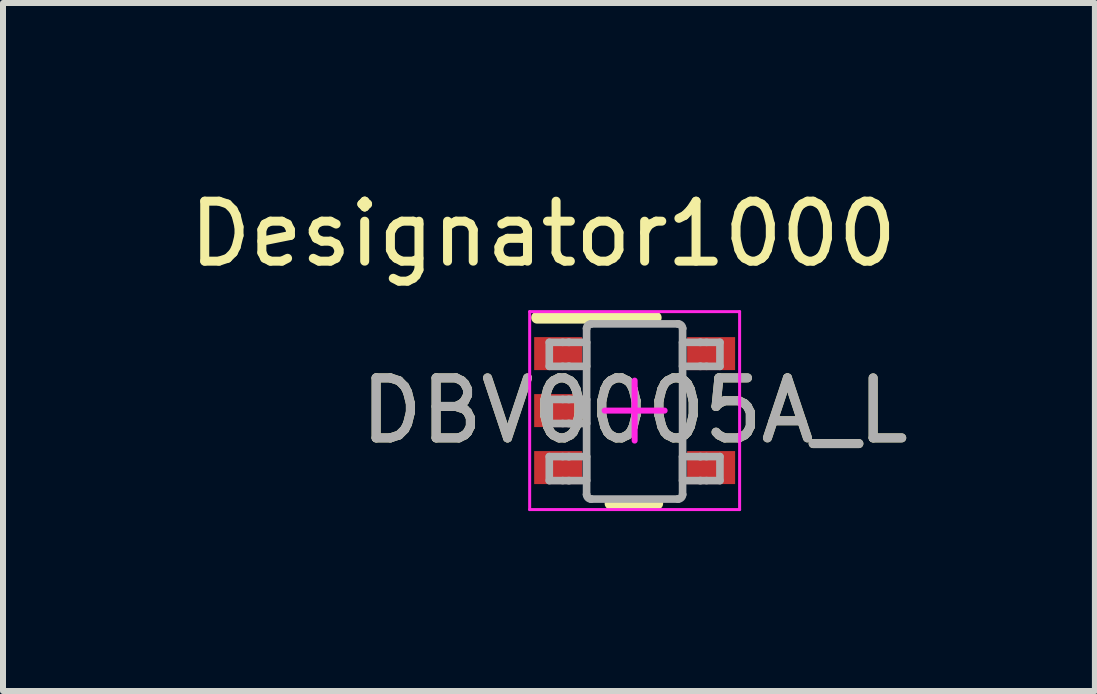
<source format=kicad_pcb>
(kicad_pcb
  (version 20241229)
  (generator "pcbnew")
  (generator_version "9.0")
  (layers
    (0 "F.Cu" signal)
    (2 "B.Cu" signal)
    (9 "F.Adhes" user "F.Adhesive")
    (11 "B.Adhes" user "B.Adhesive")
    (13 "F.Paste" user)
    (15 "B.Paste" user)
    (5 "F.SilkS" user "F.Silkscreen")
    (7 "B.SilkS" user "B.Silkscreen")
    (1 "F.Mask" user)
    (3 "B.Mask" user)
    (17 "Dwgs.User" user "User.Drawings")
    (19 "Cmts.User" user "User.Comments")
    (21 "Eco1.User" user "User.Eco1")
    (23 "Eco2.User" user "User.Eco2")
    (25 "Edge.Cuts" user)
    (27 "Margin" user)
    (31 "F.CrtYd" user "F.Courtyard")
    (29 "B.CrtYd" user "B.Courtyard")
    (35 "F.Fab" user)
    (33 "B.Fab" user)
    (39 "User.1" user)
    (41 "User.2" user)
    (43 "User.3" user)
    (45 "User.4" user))
  (footprint "DBV0005A_L"
    (layer "F.Cu")
    (at 7.53 3.795)
    (property "Reference" "DBV0005A_L" (at 0 0 0) (unlocked yes) (layer "F.SilkS") (effects (font (size 1 1) (thickness 0.15))))
    (attr smd)
    (fp_line (start -1.625 -1.55) (end 0.35 -1.55) (stroke (width 0.2) (type solid)) (layer "F.SilkS"))
    (fp_line (start -0.4 1.55) (end 0.375 1.55) (stroke (width 0.2) (type solid)) (layer "F.SilkS"))
    (fp_line (start -1.75 -1.65) (end 1.75 -1.65) (stroke (width 0.05) (type solid)) (layer "F.CrtYd"))
    (fp_line (start -1.75 1.65) (end -1.75 -1.65) (stroke (width 0.05) (type solid)) (layer "F.CrtYd"))
    (fp_line (start -1.75 1.65) (end 1.75 1.65) (stroke (width 0.05) (type solid)) (layer "F.CrtYd"))
    (fp_line (start -0.5 0) (end 0.5 0) (stroke (width 0.1) (type solid)) (layer "F.CrtYd"))
    (fp_line (start 0 0.5) (end 0 -0.5) (stroke (width 0.1) (type solid)) (layer "F.CrtYd"))
    (fp_line (start 1.75 1.65) (end 1.75 -1.65) (stroke (width 0.05) (type solid)) (layer "F.CrtYd"))
    (fp_line (start -1.423 -1.138) (end -1.199 -1.138) (stroke (width 0.127) (type solid)) (layer "F.Fab"))
    (fp_line (start -1.423 -0.738) (end -1.423 -1.138) (stroke (width 0.127) (type solid)) (layer "F.Fab"))
    (fp_line (start -1.423 -0.738) (end -1.199 -0.738) (stroke (width 0.127) (type solid)) (layer "F.Fab"))
    (fp_line (start -1.423 -0.186) (end -1.199 -0.186) (stroke (width 0.127) (type solid)) (layer "F.Fab"))
    (fp_line (start -1.423 0.215) (end -1.423 -0.186) (stroke (width 0.127) (type solid)) (layer "F.Fab"))
    (fp_line (start -1.423 0.215) (end -1.199 0.215) (stroke (width 0.127) (type solid)) (layer "F.Fab"))
    (fp_line (start -1.423 0.767) (end -1.199 0.767) (stroke (width 0.127) (type solid)) (layer "F.Fab"))
    (fp_line (start -1.423 1.167) (end -1.423 0.767) (stroke (width 0.127) (type solid)) (layer "F.Fab"))
    (fp_line (start -1.423 1.167) (end -1.199 1.167) (stroke (width 0.127) (type solid)) (layer "F.Fab"))
    (fp_line (start -1.199 -1.138) (end -1.105 -1.138) (stroke (width 0.127) (type solid)) (layer "F.Fab"))
    (fp_line (start -1.199 -0.738) (end -1.105 -0.738) (stroke (width 0.127) (type solid)) (layer "F.Fab"))
    (fp_line (start -1.199 -0.186) (end -1.105 -0.186) (stroke (width 0.127) (type solid)) (layer "F.Fab"))
    (fp_line (start -1.199 0.215) (end -1.105 0.215) (stroke (width 0.127) (type solid)) (layer "F.Fab"))
    (fp_line (start -1.199 0.767) (end -1.105 0.767) (stroke (width 0.127) (type solid)) (layer "F.Fab"))
    (fp_line (start -1.199 1.167) (end -1.105 1.167) (stroke (width 0.127) (type solid)) (layer "F.Fab"))
    (fp_line (start -1.105 -1.138) (end -1.088 -1.138) (stroke (width 0.127) (type solid)) (layer "F.Fab"))
    (fp_line (start -1.105 -0.738) (end -1.088 -0.738) (stroke (width 0.127) (type solid)) (layer "F.Fab"))
    (fp_line (start -1.105 -0.186) (end -1.088 -0.186) (stroke (width 0.127) (type solid)) (layer "F.Fab"))
    (fp_line (start -1.105 0.215) (end -1.088 0.215) (stroke (width 0.127) (type solid)) (layer "F.Fab"))
    (fp_line (start -1.105 0.767) (end -1.088 0.767) (stroke (width 0.127) (type solid)) (layer "F.Fab"))
    (fp_line (start -1.105 1.167) (end -1.088 1.167) (stroke (width 0.127) (type solid)) (layer "F.Fab"))
    (fp_line (start -1.088 -1.138) (end -0.835 -1.138) (stroke (width 0.127) (type solid)) (layer "F.Fab"))
    (fp_line (start -1.088 -0.738) (end -0.835 -0.738) (stroke (width 0.127) (type solid)) (layer "F.Fab"))
    (fp_line (start -1.088 -0.186) (end -0.835 -0.186) (stroke (width 0.127) (type solid)) (layer "F.Fab"))
    (fp_line (start -1.088 0.215) (end -0.835 0.215) (stroke (width 0.127) (type solid)) (layer "F.Fab"))
    (fp_line (start -1.088 0.767) (end -0.835 0.767) (stroke (width 0.127) (type solid)) (layer "F.Fab"))
    (fp_line (start -1.088 1.167) (end -0.835 1.167) (stroke (width 0.127) (type solid)) (layer "F.Fab"))
    (fp_line (start -0.835 -1.138) (end -0.801 -1.138) (stroke (width 0.127) (type solid)) (layer "F.Fab"))
    (fp_line (start -0.835 -0.738) (end -0.801 -0.738) (stroke (width 0.127) (type solid)) (layer "F.Fab"))
    (fp_line (start -0.835 -0.186) (end -0.801 -0.186) (stroke (width 0.127) (type solid)) (layer "F.Fab"))
    (fp_line (start -0.835 0.215) (end -0.801 0.215) (stroke (width 0.127) (type solid)) (layer "F.Fab"))
    (fp_line (start -0.835 0.767) (end -0.801 0.767) (stroke (width 0.127) (type solid)) (layer "F.Fab"))
    (fp_line (start -0.835 1.167) (end -0.801 1.167) (stroke (width 0.127) (type solid)) (layer "F.Fab"))
    (fp_line (start -0.801 -1.37) (end -0.801 -1.371) (stroke (width 0.127) (type solid)) (layer "F.Fab"))
    (fp_line (start -0.801 -0.738) (end -0.801 -1.138) (stroke (width 0.127) (type solid)) (layer "F.Fab"))
    (fp_line (start -0.801 0.215) (end -0.801 -0.186) (stroke (width 0.127) (type solid)) (layer "F.Fab"))
    (fp_line (start -0.801 1.167) (end -0.801 0.767) (stroke (width 0.127) (type solid)) (layer "F.Fab"))
    (fp_line (start -0.801 1.399) (end -0.801 -1.37) (stroke (width 0.127) (type solid)) (layer "F.Fab"))
    (fp_line (start -0.801 1.4) (end -0.801 1.399) (stroke (width 0.127) (type solid)) (layer "F.Fab"))
    (fp_line (start -0.725 -1.446) (end -0.725 -1.446) (stroke (width 0.127) (type solid)) (layer "F.Fab"))
    (fp_line (start -0.725 1.475) (end -0.725 1.475) (stroke (width 0.127) (type solid)) (layer "F.Fab"))
    (fp_line (start -0.725 -1.446) (end 0.723 -1.446) (stroke (width 0.127) (type solid)) (layer "F.Fab"))
    (fp_line (start -0.725 1.475) (end 0.723 1.475) (stroke (width 0.127) (type solid)) (layer "F.Fab"))
    (fp_line (start 0.723 -1.446) (end 0.724 -1.446) (stroke (width 0.127) (type solid)) (layer "F.Fab"))
    (fp_line (start 0.723 1.475) (end 0.724 1.475) (stroke (width 0.127) (type solid)) (layer "F.Fab"))
    (fp_line (start 0.799 -1.37) (end 0.799 -1.371) (stroke (width 0.127) (type solid)) (layer "F.Fab"))
    (fp_line (start 0.799 -1.138) (end 0.834 -1.138) (stroke (width 0.127) (type solid)) (layer "F.Fab"))
    (fp_line (start 0.799 -0.738) (end 0.799 -1.138) (stroke (width 0.127) (type solid)) (layer "F.Fab"))
    (fp_line (start 0.799 -0.738) (end 0.834 -0.738) (stroke (width 0.127) (type solid)) (layer "F.Fab"))
    (fp_line (start 0.799 0.767) (end 0.834 0.767) (stroke (width 0.127) (type solid)) (layer "F.Fab"))
    (fp_line (start 0.799 1.167) (end 0.799 0.767) (stroke (width 0.127) (type solid)) (layer "F.Fab"))
    (fp_line (start 0.799 1.167) (end 0.834 1.167) (stroke (width 0.127) (type solid)) (layer "F.Fab"))
    (fp_line (start 0.799 1.399) (end 0.799 -1.37) (stroke (width 0.127) (type solid)) (layer "F.Fab"))
    (fp_line (start 0.799 1.4) (end 0.799 1.399) (stroke (width 0.127) (type solid)) (layer "F.Fab"))
    (fp_line (start 0.834 -1.138) (end 1.087 -1.138) (stroke (width 0.127) (type solid)) (layer "F.Fab"))
    (fp_line (start 0.834 -0.738) (end 1.087 -0.738) (stroke (width 0.127) (type solid)) (layer "F.Fab"))
    (fp_line (start 0.834 0.767) (end 1.087 0.767) (stroke (width 0.127) (type solid)) (layer "F.Fab"))
    (fp_line (start 0.834 1.167) (end 1.087 1.167) (stroke (width 0.127) (type solid)) (layer "F.Fab"))
    (fp_line (start 1.087 -1.138) (end 1.103 -1.138) (stroke (width 0.127) (type solid)) (layer "F.Fab"))
    (fp_line (start 1.087 -0.738) (end 1.103 -0.738) (stroke (width 0.127) (type solid)) (layer "F.Fab"))
    (fp_line (start 1.087 0.767) (end 1.103 0.767) (stroke (width 0.127) (type solid)) (layer "F.Fab"))
    (fp_line (start 1.087 1.167) (end 1.103 1.167) (stroke (width 0.127) (type solid)) (layer "F.Fab"))
    (fp_line (start 1.103 -1.138) (end 1.198 -1.138) (stroke (width 0.127) (type solid)) (layer "F.Fab"))
    (fp_line (start 1.103 -0.738) (end 1.198 -0.738) (stroke (width 0.127) (type solid)) (layer "F.Fab"))
    (fp_line (start 1.103 0.767) (end 1.198 0.767) (stroke (width 0.127) (type solid)) (layer "F.Fab"))
    (fp_line (start 1.103 1.167) (end 1.198 1.167) (stroke (width 0.127) (type solid)) (layer "F.Fab"))
    (fp_line (start 1.198 -1.138) (end 1.422 -1.138) (stroke (width 0.127) (type solid)) (layer "F.Fab"))
    (fp_line (start 1.198 -0.738) (end 1.422 -0.738) (stroke (width 0.127) (type solid)) (layer "F.Fab"))
    (fp_line (start 1.198 0.767) (end 1.422 0.767) (stroke (width 0.127) (type solid)) (layer "F.Fab"))
    (fp_line (start 1.198 1.167) (end 1.422 1.167) (stroke (width 0.127) (type solid)) (layer "F.Fab"))
    (fp_line (start 1.422 -0.738) (end 1.422 -1.138) (stroke (width 0.127) (type solid)) (layer "F.Fab"))
    (fp_line (start 1.422 1.167) (end 1.422 0.767) (stroke (width 0.127) (type solid)) (layer "F.Fab"))
    (fp_arc (start -0.80074 -1.37084) (mid -0.778218 -1.423887) (end -0.724999 -1.445998) (stroke (width 0.127) (type solid)) (layer "F.Fab"))
    (fp_arc (start -0.724999 1.475) (mid -0.778213 1.452901) (end -0.80074 1.399867) (stroke (width 0.127) (type solid)) (layer "F.Fab"))
    (fp_arc (start 0.723714 -1.445998) (mid 0.776933 -1.423887) (end 0.799455 -1.37084) (stroke (width 0.127) (type solid)) (layer "F.Fab"))
    (fp_arc (start 0.799455 1.399868) (mid 0.776927 1.452901) (end 0.723713 1.475) (stroke (width 0.127) (type solid)) (layer "F.Fab"))
    (fp_text user "Designator1000" (at -1.524 -2.946 0) (unlocked yes) (layer "F.SilkS") (effects (font (size 1 1) (thickness 0.15))))
    (fp_text user "${REFERENCE}" (at 0 0 0) (unlocked yes) (layer "F.Fab") (effects (font (size 1 1) (thickness 0.15))))
    (pad "1" smd rect (at -1.275 -0.95 90) (size 0.55 0.8) (layers "F.Cu" "F.Mask" "F.Paste"))
    (pad "2" smd rect (at -1.275 0 90) (size 0.55 0.8) (layers "F.Cu" "F.Mask" "F.Paste"))
    (pad "3" smd rect (at -1.275 0.95 90) (size 0.55 0.8) (layers "F.Cu" "F.Mask" "F.Paste"))
    (pad "4" smd rect (at 1.275 0.95 90) (size 0.55 0.8) (layers "F.Cu" "F.Mask" "F.Paste"))
    (pad "5" smd rect (at 1.275 -0.95 90) (size 0.55 0.8) (layers "F.Cu" "F.Mask" "F.Paste")))
  (gr_rect
    (start -3 -3)
    (end 15.203 8.47)
    (stroke (width 0.1) (type default))
    (fill no)
    (layer "Edge.Cuts")))
</source>
